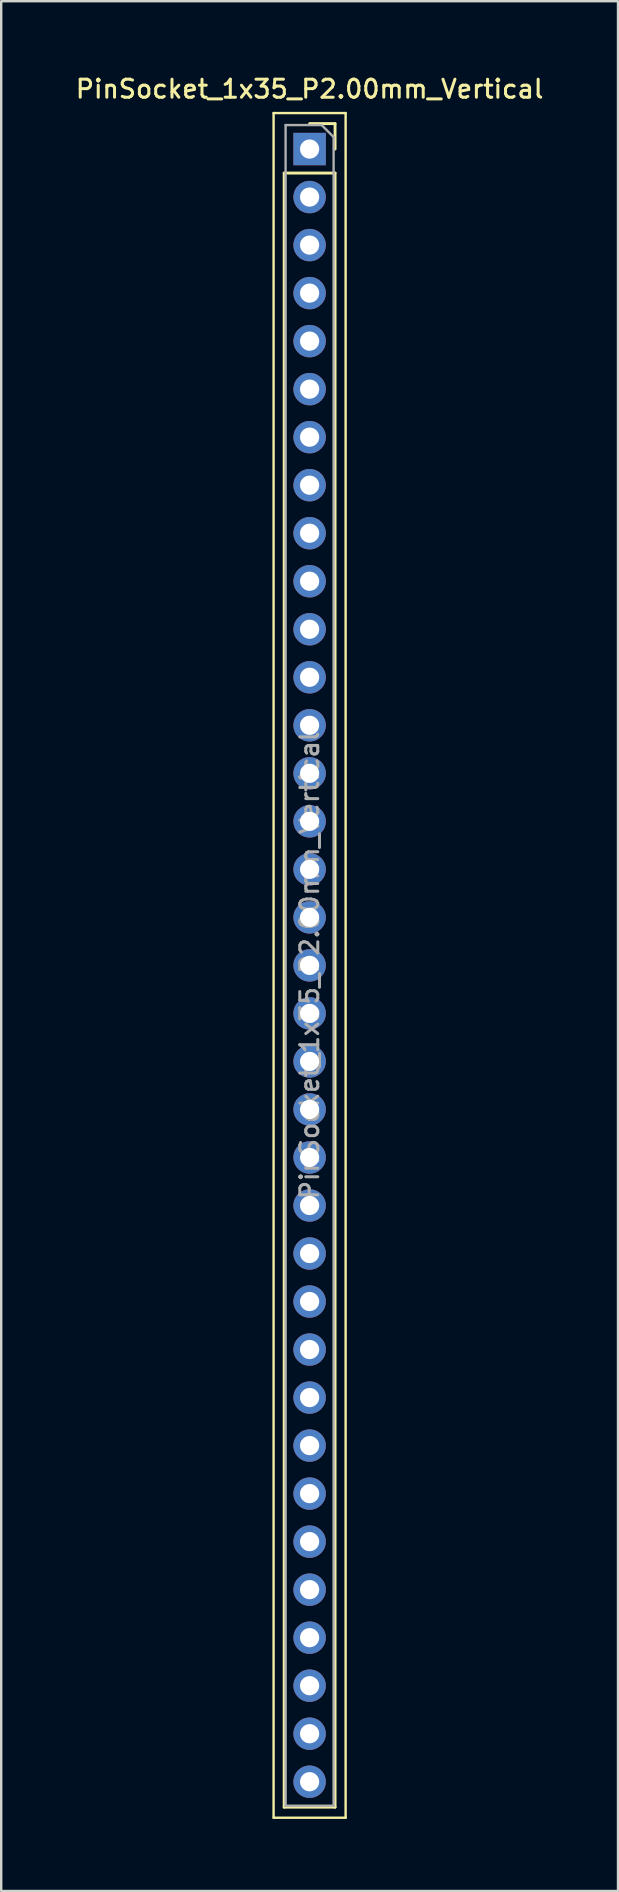
<source format=kicad_pcb>
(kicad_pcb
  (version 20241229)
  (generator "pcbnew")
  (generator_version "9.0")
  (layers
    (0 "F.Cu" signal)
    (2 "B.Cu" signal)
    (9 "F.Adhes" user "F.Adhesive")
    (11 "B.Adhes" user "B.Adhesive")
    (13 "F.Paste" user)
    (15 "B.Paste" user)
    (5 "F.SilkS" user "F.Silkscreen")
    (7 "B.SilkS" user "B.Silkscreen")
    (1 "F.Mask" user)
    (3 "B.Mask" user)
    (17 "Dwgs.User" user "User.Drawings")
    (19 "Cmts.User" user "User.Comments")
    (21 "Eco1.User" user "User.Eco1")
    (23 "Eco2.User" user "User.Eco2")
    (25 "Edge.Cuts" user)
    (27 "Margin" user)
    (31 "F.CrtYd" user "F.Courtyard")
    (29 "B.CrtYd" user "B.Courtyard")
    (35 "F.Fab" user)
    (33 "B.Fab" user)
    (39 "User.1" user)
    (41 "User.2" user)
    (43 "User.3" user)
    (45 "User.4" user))
  (footprint "PinSocket_1x35_P2.00mm_Vertical"
    (layer "F.Cu")
    (at 9.845 3.158)
    (property "Reference" "PinSocket_1x35_P2.00mm_Vertical" (at 0 -2.5 0) (layer "F.SilkS") (effects (font (size 0.75 0.75) (thickness 0.125))))
    (attr through_hole)
    (fp_line (start -1.5 -1.5) (end 1.5 -1.5) (stroke (width 0.1) (type solid)) (layer "F.SilkS"))
    (fp_line (start -1.5 69.5) (end -1.5 -1.5) (stroke (width 0.1) (type solid)) (layer "F.SilkS"))
    (fp_line (start -1.06 1) (end -1.06 69.06) (stroke (width 0.12) (type solid)) (layer "F.SilkS"))
    (fp_line (start -1.06 1) (end 1.06 1) (stroke (width 0.12) (type solid)) (layer "F.SilkS"))
    (fp_line (start -1.06 69.06) (end 1.06 69.06) (stroke (width 0.12) (type solid)) (layer "F.SilkS"))
    (fp_line (start 0 -1.06) (end 1.06 -1.06) (stroke (width 0.12) (type solid)) (layer "F.SilkS"))
    (fp_line (start 1.06 -1.06) (end 1.06 0) (stroke (width 0.12) (type solid)) (layer "F.SilkS"))
    (fp_line (start 1.06 1) (end 1.06 69.06) (stroke (width 0.12) (type solid)) (layer "F.SilkS"))
    (fp_line (start 1.5 -1.5) (end 1.5 69.5) (stroke (width 0.1) (type solid)) (layer "F.SilkS"))
    (fp_line (start 1.5 69.5) (end -1.5 69.5) (stroke (width 0.1) (type solid)) (layer "F.SilkS"))
    (fp_line (start -1 -1) (end 0.5 -1) (stroke (width 0.1) (type solid)) (layer "F.Fab"))
    (fp_line (start -1 69) (end -1 -1) (stroke (width 0.1) (type solid)) (layer "F.Fab"))
    (fp_line (start 0.5 -1) (end 1 -0.5) (stroke (width 0.1) (type solid)) (layer "F.Fab"))
    (fp_line (start 1 -0.5) (end 1 69) (stroke (width 0.1) (type solid)) (layer "F.Fab"))
    (fp_line (start 1 69) (end -1 69) (stroke (width 0.1) (type solid)) (layer "F.Fab"))
    (fp_text user "${REFERENCE}" (at 0 34 90) (layer "F.Fab") (effects (font (size 0.75 0.75) (thickness 0.125))))
    (pad "1" thru_hole rect (at 0 0) (size 1.35 1.35) (drill 0.8) (layers "*.Cu" "*.Mask"))
    (pad "2" thru_hole oval (at 0 2) (size 1.35 1.35) (drill 0.8) (layers "*.Cu" "*.Mask"))
    (pad "3" thru_hole oval (at 0 4) (size 1.35 1.35) (drill 0.8) (layers "*.Cu" "*.Mask"))
    (pad "4" thru_hole oval (at 0 6) (size 1.35 1.35) (drill 0.8) (layers "*.Cu" "*.Mask"))
    (pad "5" thru_hole oval (at 0 8) (size 1.35 1.35) (drill 0.8) (layers "*.Cu" "*.Mask"))
    (pad "6" thru_hole oval (at 0 10) (size 1.35 1.35) (drill 0.8) (layers "*.Cu" "*.Mask"))
    (pad "7" thru_hole oval (at 0 12) (size 1.35 1.35) (drill 0.8) (layers "*.Cu" "*.Mask"))
    (pad "8" thru_hole oval (at 0 14) (size 1.35 1.35) (drill 0.8) (layers "*.Cu" "*.Mask"))
    (pad "9" thru_hole oval (at 0 16) (size 1.35 1.35) (drill 0.8) (layers "*.Cu" "*.Mask"))
    (pad "10" thru_hole oval (at 0 18) (size 1.35 1.35) (drill 0.8) (layers "*.Cu" "*.Mask"))
    (pad "11" thru_hole oval (at 0 20) (size 1.35 1.35) (drill 0.8) (layers "*.Cu" "*.Mask"))
    (pad "12" thru_hole oval (at 0 22) (size 1.35 1.35) (drill 0.8) (layers "*.Cu" "*.Mask"))
    (pad "13" thru_hole oval (at 0 24) (size 1.35 1.35) (drill 0.8) (layers "*.Cu" "*.Mask"))
    (pad "14" thru_hole oval (at 0 26) (size 1.35 1.35) (drill 0.8) (layers "*.Cu" "*.Mask"))
    (pad "15" thru_hole oval (at 0 28) (size 1.35 1.35) (drill 0.8) (layers "*.Cu" "*.Mask"))
    (pad "16" thru_hole oval (at 0 30) (size 1.35 1.35) (drill 0.8) (layers "*.Cu" "*.Mask"))
    (pad "17" thru_hole oval (at 0 32) (size 1.35 1.35) (drill 0.8) (layers "*.Cu" "*.Mask"))
    (pad "18" thru_hole oval (at 0 34) (size 1.35 1.35) (drill 0.8) (layers "*.Cu" "*.Mask"))
    (pad "19" thru_hole oval (at 0 36) (size 1.35 1.35) (drill 0.8) (layers "*.Cu" "*.Mask"))
    (pad "20" thru_hole oval (at 0 38) (size 1.35 1.35) (drill 0.8) (layers "*.Cu" "*.Mask"))
    (pad "21" thru_hole oval (at 0 40) (size 1.35 1.35) (drill 0.8) (layers "*.Cu" "*.Mask"))
    (pad "22" thru_hole oval (at 0 42) (size 1.35 1.35) (drill 0.8) (layers "*.Cu" "*.Mask"))
    (pad "23" thru_hole oval (at 0 44) (size 1.35 1.35) (drill 0.8) (layers "*.Cu" "*.Mask"))
    (pad "24" thru_hole oval (at 0 46) (size 1.35 1.35) (drill 0.8) (layers "*.Cu" "*.Mask"))
    (pad "25" thru_hole oval (at 0 48) (size 1.35 1.35) (drill 0.8) (layers "*.Cu" "*.Mask"))
    (pad "26" thru_hole oval (at 0 50) (size 1.35 1.35) (drill 0.8) (layers "*.Cu" "*.Mask"))
    (pad "27" thru_hole oval (at 0 52) (size 1.35 1.35) (drill 0.8) (layers "*.Cu" "*.Mask"))
    (pad "28" thru_hole oval (at 0 54) (size 1.35 1.35) (drill 0.8) (layers "*.Cu" "*.Mask"))
    (pad "29" thru_hole oval (at 0 56) (size 1.35 1.35) (drill 0.8) (layers "*.Cu" "*.Mask"))
    (pad "30" thru_hole oval (at 0 58) (size 1.35 1.35) (drill 0.8) (layers "*.Cu" "*.Mask"))
    (pad "31" thru_hole oval (at 0 60) (size 1.35 1.35) (drill 0.8) (layers "*.Cu" "*.Mask"))
    (pad "32" thru_hole oval (at 0 62) (size 1.35 1.35) (drill 0.8) (layers "*.Cu" "*.Mask"))
    (pad "33" thru_hole oval (at 0 64) (size 1.35 1.35) (drill 0.8) (layers "*.Cu" "*.Mask"))
    (pad "34" thru_hole oval (at 0 66) (size 1.35 1.35) (drill 0.8) (layers "*.Cu" "*.Mask"))
    (pad "35" thru_hole oval (at 0 68) (size 1.35 1.35) (drill 0.8) (layers "*.Cu" "*.Mask")))
  (gr_rect
    (start -3 -3)
    (end 22.689 75.708)
    (stroke (width 0.1) (type default))
    (fill no)
    (layer "Edge.Cuts")))
</source>
